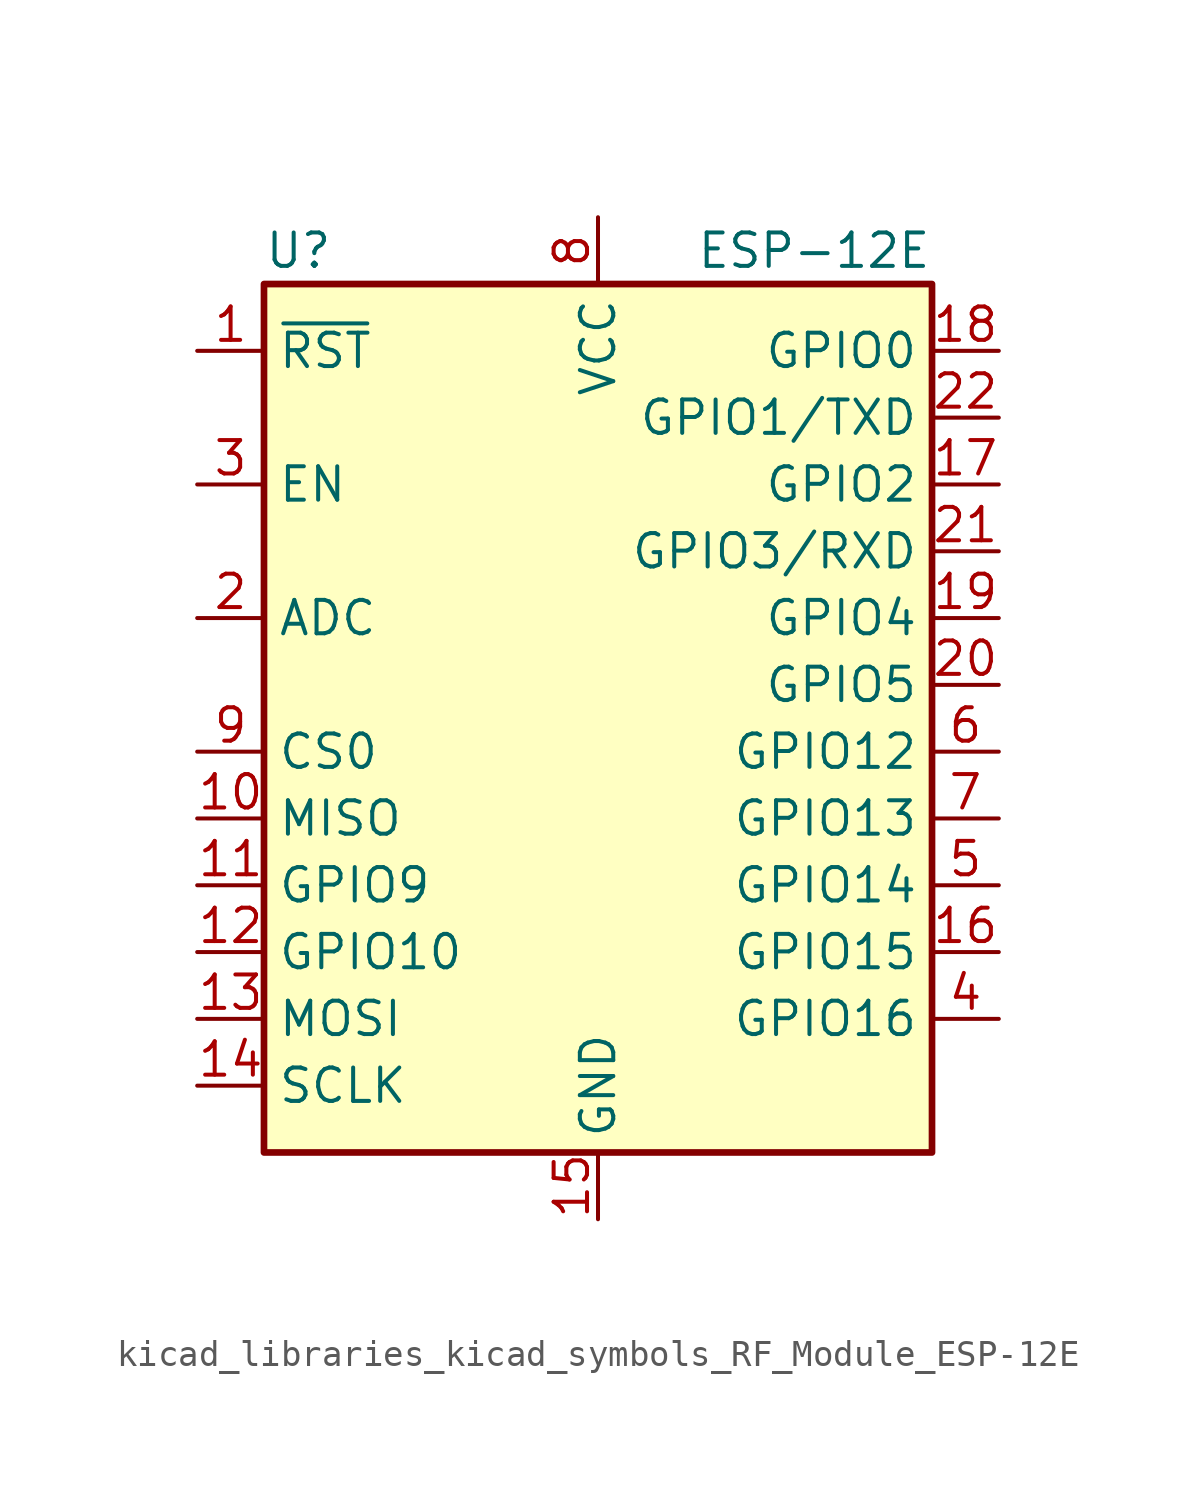
<source format=kicad_sym>
(kicad_symbol_lib
  (version 20220914)
  (generator kicad_symbol_editor)
  (symbol "kicad_libraries_kicad_symbols_RF_Module_ESP-12E"
    (property "Reference" "U"
      (at -12.7 19.05 0)
      (effects (font (size 1.27 1.27)) (justify left)))
    (property "Value" "ESP-12E"
      (at 12.7 19.05 0)
      (effects (font (size 1.27 1.27)) (justify right)))
    (symbol "kicad_libraries_kicad_symbols_RF_Module_ESP-12E_0_1"
      (rectangle (start -12.7 17.78) (end 12.7 -15.24) (stroke (width 0.254) (type default)) (fill (type background))))
    (symbol "kicad_libraries_kicad_symbols_RF_Module_ESP-12E_1_1"
      (pin input line (at -15.24 15.24 0) (length 2.54) (name "~{RST}" (effects (font (size 1.27 1.27)))) (number "1" (effects (font (size 1.27 1.27)))))
      (pin bidirectional line (at -15.24 -2.54 0) (length 2.54) (name "MISO" (effects (font (size 1.27 1.27)))) (number "10" (effects (font (size 1.27 1.27)))))
      (pin bidirectional line (at -15.24 -5.08 0) (length 2.54) (name "GPIO9" (effects (font (size 1.27 1.27)))) (number "11" (effects (font (size 1.27 1.27)))))
      (pin bidirectional line (at -15.24 -7.62 0) (length 2.54) (name "GPIO10" (effects (font (size 1.27 1.27)))) (number "12" (effects (font (size 1.27 1.27)))))
      (pin bidirectional line (at -15.24 -10.16 0) (length 2.54) (name "MOSI" (effects (font (size 1.27 1.27)))) (number "13" (effects (font (size 1.27 1.27)))))
      (pin bidirectional line (at -15.24 -12.7 0) (length 2.54) (name "SCLK" (effects (font (size 1.27 1.27)))) (number "14" (effects (font (size 1.27 1.27)))))
      (pin power_in line (at 0 -17.78 90) (length 2.54) (name "GND" (effects (font (size 1.27 1.27)))) (number "15" (effects (font (size 1.27 1.27)))))
      (pin bidirectional line (at 15.24 -7.62 180) (length 2.54) (name "GPIO15" (effects (font (size 1.27 1.27)))) (number "16" (effects (font (size 1.27 1.27)))))
      (pin bidirectional line (at 15.24 10.16 180) (length 2.54) (name "GPIO2" (effects (font (size 1.27 1.27)))) (number "17" (effects (font (size 1.27 1.27)))))
      (pin bidirectional line (at 15.24 15.24 180) (length 2.54) (name "GPIO0" (effects (font (size 1.27 1.27)))) (number "18" (effects (font (size 1.27 1.27)))))
      (pin bidirectional line (at 15.24 5.08 180) (length 2.54) (name "GPIO4" (effects (font (size 1.27 1.27)))) (number "19" (effects (font (size 1.27 1.27)))))
      (pin input line (at -15.24 5.08 0) (length 2.54) (name "ADC" (effects (font (size 1.27 1.27)))) (number "2" (effects (font (size 1.27 1.27)))))
      (pin bidirectional line (at 15.24 2.54 180) (length 2.54) (name "GPIO5" (effects (font (size 1.27 1.27)))) (number "20" (effects (font (size 1.27 1.27)))))
      (pin bidirectional line (at 15.24 7.62 180) (length 2.54) (name "GPIO3/RXD" (effects (font (size 1.27 1.27)))) (number "21" (effects (font (size 1.27 1.27)))))
      (pin bidirectional line (at 15.24 12.7 180) (length 2.54) (name "GPIO1/TXD" (effects (font (size 1.27 1.27)))) (number "22" (effects (font (size 1.27 1.27)))))
      (pin input line (at -15.24 10.16 0) (length 2.54) (name "EN" (effects (font (size 1.27 1.27)))) (number "3" (effects (font (size 1.27 1.27)))))
      (pin bidirectional line (at 15.24 -10.16 180) (length 2.54) (name "GPIO16" (effects (font (size 1.27 1.27)))) (number "4" (effects (font (size 1.27 1.27)))))
      (pin bidirectional line (at 15.24 -5.08 180) (length 2.54) (name "GPIO14" (effects (font (size 1.27 1.27)))) (number "5" (effects (font (size 1.27 1.27)))))
      (pin bidirectional line (at 15.24 0 180) (length 2.54) (name "GPIO12" (effects (font (size 1.27 1.27)))) (number "6" (effects (font (size 1.27 1.27)))))
      (pin bidirectional line (at 15.24 -2.54 180) (length 2.54) (name "GPIO13" (effects (font (size 1.27 1.27)))) (number "7" (effects (font (size 1.27 1.27)))))
      (pin power_in line (at 0 20.32 270) (length 2.54) (name "VCC" (effects (font (size 1.27 1.27)))) (number "8" (effects (font (size 1.27 1.27)))))
      (pin input line (at -15.24 0 0) (length 2.54) (name "CS0" (effects (font (size 1.27 1.27)))) (number "9" (effects (font (size 1.27 1.27))))))))
</source>
